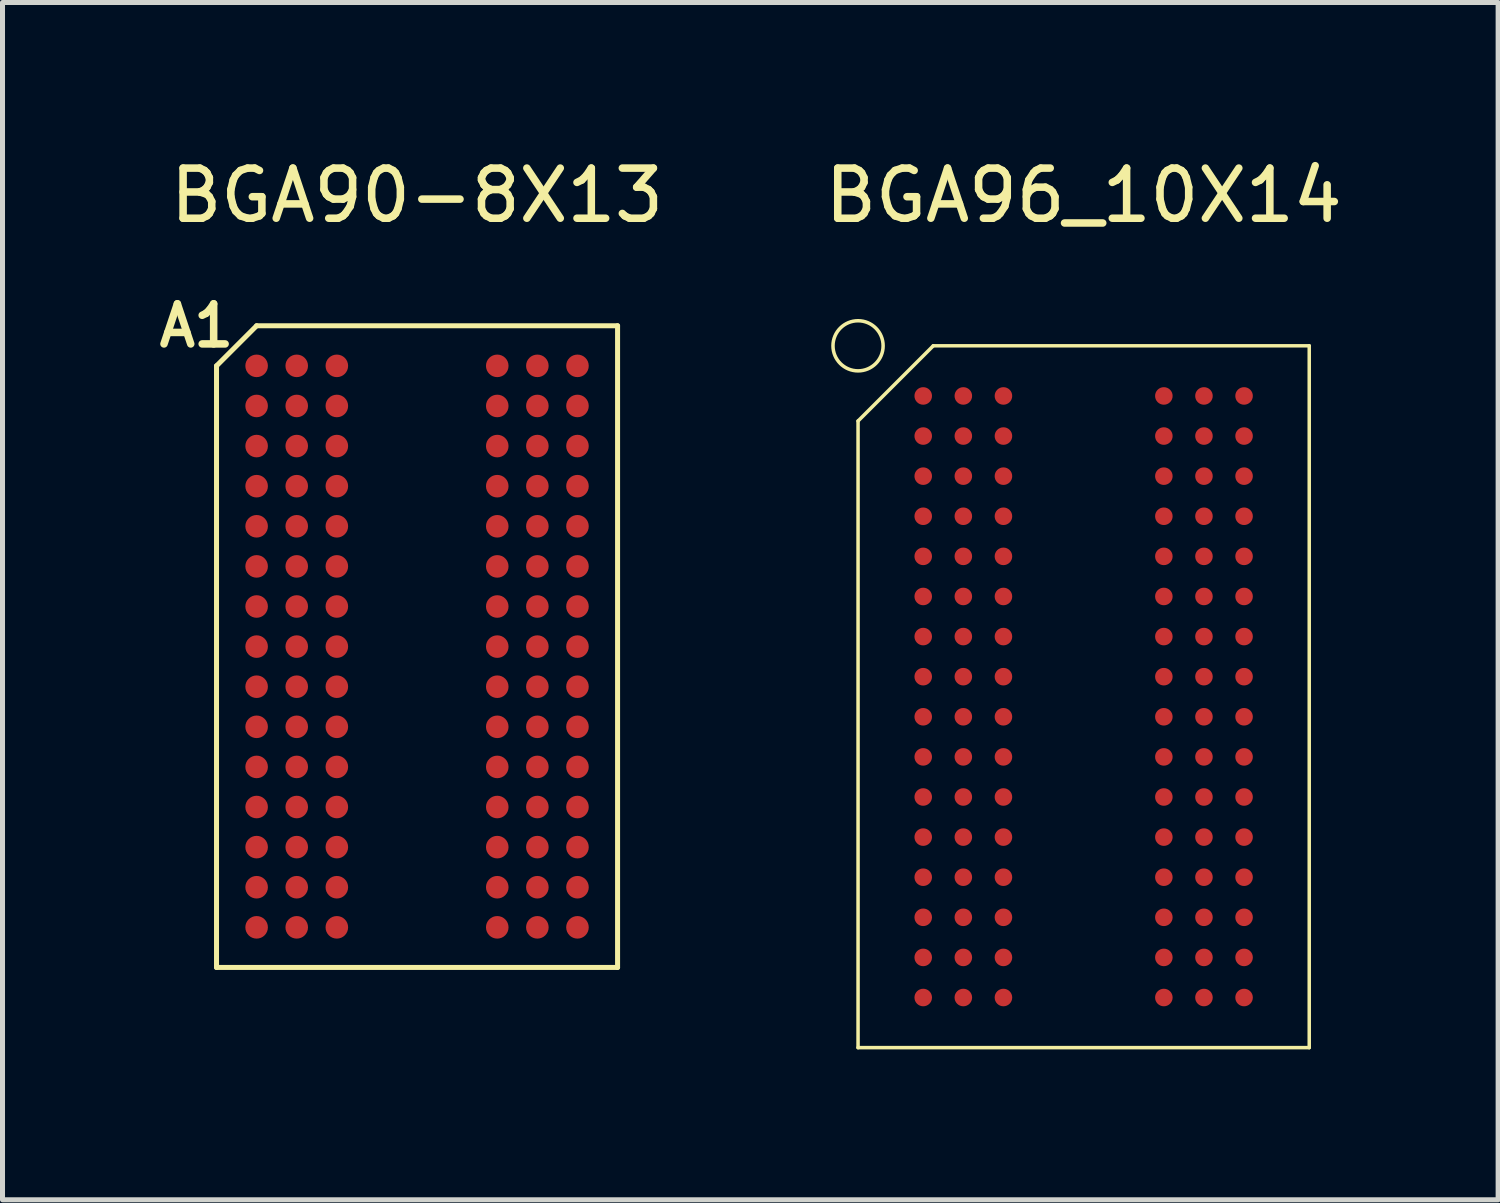
<source format=kicad_pcb>
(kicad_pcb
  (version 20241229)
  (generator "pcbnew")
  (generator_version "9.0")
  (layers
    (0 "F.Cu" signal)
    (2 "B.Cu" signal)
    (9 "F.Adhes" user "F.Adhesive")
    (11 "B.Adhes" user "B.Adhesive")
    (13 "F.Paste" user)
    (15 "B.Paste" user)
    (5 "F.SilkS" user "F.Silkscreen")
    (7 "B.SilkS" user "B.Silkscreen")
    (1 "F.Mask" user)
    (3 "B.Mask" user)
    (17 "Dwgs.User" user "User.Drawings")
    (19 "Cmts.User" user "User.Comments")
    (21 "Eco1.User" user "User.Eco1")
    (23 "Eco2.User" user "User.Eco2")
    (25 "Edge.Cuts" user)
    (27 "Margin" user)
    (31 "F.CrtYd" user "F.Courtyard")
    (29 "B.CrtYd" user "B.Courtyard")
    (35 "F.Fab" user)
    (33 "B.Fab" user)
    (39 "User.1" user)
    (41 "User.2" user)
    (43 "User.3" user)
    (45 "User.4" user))
  (footprint "BGA90-8X13"
    (layer "F.Cu")
    (at 5.269 9.848)
    (property "Reference" "BGA90-8X13" (at 0 -9 0) (layer "F.SilkS") (effects (font (size 1 1) (thickness 0.15))))
    (attr through_hole)
    (fp_line (start -4 -5.6) (end -3.2 -6.4) (stroke (width 0.1) (type solid)) (layer "F.SilkS"))
    (fp_line (start -4 6.4) (end -4 -5.6) (stroke (width 0.1) (type solid)) (layer "F.SilkS"))
    (fp_line (start -3.2 -6.4) (end 4 -6.4) (stroke (width 0.1) (type solid)) (layer "F.SilkS"))
    (fp_line (start 4 -6.4) (end 4 6.4) (stroke (width 0.1) (type solid)) (layer "F.SilkS"))
    (fp_line (start 4 6.4) (end -4 6.4) (stroke (width 0.1) (type solid)) (layer "F.SilkS"))
    (fp_text user "A1" (at -4.4 -6.4 0) (layer "F.SilkS") (effects (font (size 0.8 0.8) (thickness 0.15))))
    (pad "A1" smd circle (at -3.2 -5.6) (size 0.45 0.45) (layers "F.Cu" "F.Mask" "F.Paste"))
    (pad "A2" smd circle (at -2.4 -5.6) (size 0.45 0.45) (layers "F.Cu" "F.Mask" "F.Paste"))
    (pad "A3" smd circle (at -1.6 -5.6) (size 0.45 0.45) (layers "F.Cu" "F.Mask" "F.Paste"))
    (pad "A7" smd circle (at 1.6 -5.6) (size 0.45 0.45) (layers "F.Cu" "F.Mask" "F.Paste"))
    (pad "A8" smd circle (at 2.4 -5.6) (size 0.45 0.45) (layers "F.Cu" "F.Mask" "F.Paste"))
    (pad "A9" smd circle (at 3.2 -5.6) (size 0.45 0.45) (layers "F.Cu" "F.Mask" "F.Paste"))
    (pad "B1" smd circle (at -3.2 -4.8) (size 0.45 0.45) (layers "F.Cu" "F.Mask" "F.Paste"))
    (pad "B2" smd circle (at -2.4 -4.8) (size 0.45 0.45) (layers "F.Cu" "F.Mask" "F.Paste"))
    (pad "B3" smd circle (at -1.6 -4.8) (size 0.45 0.45) (layers "F.Cu" "F.Mask" "F.Paste"))
    (pad "B7" smd circle (at 1.6 -4.8) (size 0.45 0.45) (layers "F.Cu" "F.Mask" "F.Paste"))
    (pad "B8" smd circle (at 2.4 -4.8) (size 0.45 0.45) (layers "F.Cu" "F.Mask" "F.Paste"))
    (pad "B9" smd circle (at 3.2 -4.8) (size 0.45 0.45) (layers "F.Cu" "F.Mask" "F.Paste"))
    (pad "C1" smd circle (at -3.2 -4) (size 0.45 0.45) (layers "F.Cu" "F.Mask" "F.Paste"))
    (pad "C2" smd circle (at -2.4 -4) (size 0.45 0.45) (layers "F.Cu" "F.Mask" "F.Paste"))
    (pad "C3" smd circle (at -1.6 -4) (size 0.45 0.45) (layers "F.Cu" "F.Mask" "F.Paste"))
    (pad "C7" smd circle (at 1.6 -4) (size 0.45 0.45) (layers "F.Cu" "F.Mask" "F.Paste"))
    (pad "C8" smd circle (at 2.4 -4) (size 0.45 0.45) (layers "F.Cu" "F.Mask" "F.Paste"))
    (pad "C9" smd circle (at 3.2 -4) (size 0.45 0.45) (layers "F.Cu" "F.Mask" "F.Paste"))
    (pad "D1" smd circle (at -3.2 -3.2) (size 0.45 0.45) (layers "F.Cu" "F.Mask" "F.Paste"))
    (pad "D2" smd circle (at -2.4 -3.2) (size 0.45 0.45) (layers "F.Cu" "F.Mask" "F.Paste"))
    (pad "D3" smd circle (at -1.6 -3.2) (size 0.45 0.45) (layers "F.Cu" "F.Mask" "F.Paste"))
    (pad "D7" smd circle (at 1.6 -3.2) (size 0.45 0.45) (layers "F.Cu" "F.Mask" "F.Paste"))
    (pad "D8" smd circle (at 2.4 -3.2) (size 0.45 0.45) (layers "F.Cu" "F.Mask" "F.Paste"))
    (pad "D9" smd circle (at 3.2 -3.2) (size 0.45 0.45) (layers "F.Cu" "F.Mask" "F.Paste"))
    (pad "E1" smd circle (at -3.2 -2.4) (size 0.45 0.45) (layers "F.Cu" "F.Mask" "F.Paste"))
    (pad "E2" smd circle (at -2.4 -2.4) (size 0.45 0.45) (layers "F.Cu" "F.Mask" "F.Paste"))
    (pad "E3" smd circle (at -1.6 -2.4) (size 0.45 0.45) (layers "F.Cu" "F.Mask" "F.Paste"))
    (pad "E7" smd circle (at 1.6 -2.4) (size 0.45 0.45) (layers "F.Cu" "F.Mask" "F.Paste"))
    (pad "E8" smd circle (at 2.4 -2.4) (size 0.45 0.45) (layers "F.Cu" "F.Mask" "F.Paste"))
    (pad "E9" smd circle (at 3.2 -2.4) (size 0.45 0.45) (layers "F.Cu" "F.Mask" "F.Paste"))
    (pad "F1" smd circle (at -3.2 -1.6) (size 0.45 0.45) (layers "F.Cu" "F.Mask" "F.Paste"))
    (pad "F2" smd circle (at -2.4 -1.6) (size 0.45 0.45) (layers "F.Cu" "F.Mask" "F.Paste"))
    (pad "F3" smd circle (at -1.6 -1.6) (size 0.45 0.45) (layers "F.Cu" "F.Mask" "F.Paste"))
    (pad "F7" smd circle (at 1.6 -1.6) (size 0.45 0.45) (layers "F.Cu" "F.Mask" "F.Paste"))
    (pad "F8" smd circle (at 2.4 -1.6) (size 0.45 0.45) (layers "F.Cu" "F.Mask" "F.Paste"))
    (pad "F9" smd circle (at 3.2 -1.6) (size 0.45 0.45) (layers "F.Cu" "F.Mask" "F.Paste"))
    (pad "G1" smd circle (at -3.2 -0.8) (size 0.45 0.45) (layers "F.Cu" "F.Mask" "F.Paste"))
    (pad "G2" smd circle (at -2.4 -0.8) (size 0.45 0.45) (layers "F.Cu" "F.Mask" "F.Paste"))
    (pad "G3" smd circle (at -1.6 -0.8) (size 0.45 0.45) (layers "F.Cu" "F.Mask" "F.Paste"))
    (pad "G7" smd circle (at 1.6 -0.8) (size 0.45 0.45) (layers "F.Cu" "F.Mask" "F.Paste"))
    (pad "G8" smd circle (at 2.4 -0.8) (size 0.45 0.45) (layers "F.Cu" "F.Mask" "F.Paste"))
    (pad "G9" smd circle (at 3.2 -0.8) (size 0.45 0.45) (layers "F.Cu" "F.Mask" "F.Paste"))
    (pad "H1" smd circle (at -3.2 0) (size 0.45 0.45) (layers "F.Cu" "F.Mask" "F.Paste"))
    (pad "H2" smd circle (at -2.4 0) (size 0.45 0.45) (layers "F.Cu" "F.Mask" "F.Paste"))
    (pad "H3" smd circle (at -1.6 0) (size 0.45 0.45) (layers "F.Cu" "F.Mask" "F.Paste"))
    (pad "H7" smd circle (at 1.6 0) (size 0.45 0.45) (layers "F.Cu" "F.Mask" "F.Paste"))
    (pad "H8" smd circle (at 2.4 0) (size 0.45 0.45) (layers "F.Cu" "F.Mask" "F.Paste"))
    (pad "H9" smd circle (at 3.2 0) (size 0.45 0.45) (layers "F.Cu" "F.Mask" "F.Paste"))
    (pad "J1" smd circle (at -3.2 0.8) (size 0.45 0.45) (layers "F.Cu" "F.Mask" "F.Paste"))
    (pad "J2" smd circle (at -2.4 0.8) (size 0.45 0.45) (layers "F.Cu" "F.Mask" "F.Paste"))
    (pad "J3" smd circle (at -1.6 0.8) (size 0.45 0.45) (layers "F.Cu" "F.Mask" "F.Paste"))
    (pad "J7" smd circle (at 1.6 0.8) (size 0.45 0.45) (layers "F.Cu" "F.Mask" "F.Paste"))
    (pad "J8" smd circle (at 2.4 0.8) (size 0.45 0.45) (layers "F.Cu" "F.Mask" "F.Paste"))
    (pad "J9" smd circle (at 3.2 0.8) (size 0.45 0.45) (layers "F.Cu" "F.Mask" "F.Paste"))
    (pad "K1" smd circle (at -3.2 1.6) (size 0.45 0.45) (layers "F.Cu" "F.Mask" "F.Paste"))
    (pad "K2" smd circle (at -2.4 1.6) (size 0.45 0.45) (layers "F.Cu" "F.Mask" "F.Paste"))
    (pad "K3" smd circle (at -1.6 1.6) (size 0.45 0.45) (layers "F.Cu" "F.Mask" "F.Paste"))
    (pad "K7" smd circle (at 1.6 1.6) (size 0.45 0.45) (layers "F.Cu" "F.Mask" "F.Paste"))
    (pad "K8" smd circle (at 2.4 1.6) (size 0.45 0.45) (layers "F.Cu" "F.Mask" "F.Paste"))
    (pad "K9" smd circle (at 3.2 1.6) (size 0.45 0.45) (layers "F.Cu" "F.Mask" "F.Paste"))
    (pad "L1" smd circle (at -3.2 2.4) (size 0.45 0.45) (layers "F.Cu" "F.Mask" "F.Paste"))
    (pad "L2" smd circle (at -2.4 2.4) (size 0.45 0.45) (layers "F.Cu" "F.Mask" "F.Paste"))
    (pad "L3" smd circle (at -1.6 2.4) (size 0.45 0.45) (layers "F.Cu" "F.Mask" "F.Paste"))
    (pad "L7" smd circle (at 1.6 2.4) (size 0.45 0.45) (layers "F.Cu" "F.Mask" "F.Paste"))
    (pad "L8" smd circle (at 2.4 2.4) (size 0.45 0.45) (layers "F.Cu" "F.Mask" "F.Paste"))
    (pad "L9" smd circle (at 3.2 2.4) (size 0.45 0.45) (layers "F.Cu" "F.Mask" "F.Paste"))
    (pad "M1" smd circle (at -3.2 3.2) (size 0.45 0.45) (layers "F.Cu" "F.Mask" "F.Paste"))
    (pad "M2" smd circle (at -2.4 3.2) (size 0.45 0.45) (layers "F.Cu" "F.Mask" "F.Paste"))
    (pad "M3" smd circle (at -1.6 3.2) (size 0.45 0.45) (layers "F.Cu" "F.Mask" "F.Paste"))
    (pad "M7" smd circle (at 1.6 3.2) (size 0.45 0.45) (layers "F.Cu" "F.Mask" "F.Paste"))
    (pad "M8" smd circle (at 2.4 3.2) (size 0.45 0.45) (layers "F.Cu" "F.Mask" "F.Paste"))
    (pad "M9" smd circle (at 3.2 3.2) (size 0.45 0.45) (layers "F.Cu" "F.Mask" "F.Paste"))
    (pad "N1" smd circle (at -3.2 4) (size 0.45 0.45) (layers "F.Cu" "F.Mask" "F.Paste"))
    (pad "N2" smd circle (at -2.4 4) (size 0.45 0.45) (layers "F.Cu" "F.Mask" "F.Paste"))
    (pad "N3" smd circle (at -1.6 4) (size 0.45 0.45) (layers "F.Cu" "F.Mask" "F.Paste"))
    (pad "N7" smd circle (at 1.6 4) (size 0.45 0.45) (layers "F.Cu" "F.Mask" "F.Paste"))
    (pad "N8" smd circle (at 2.4 4) (size 0.45 0.45) (layers "F.Cu" "F.Mask" "F.Paste"))
    (pad "N9" smd circle (at 3.2 4) (size 0.45 0.45) (layers "F.Cu" "F.Mask" "F.Paste"))
    (pad "P1" smd circle (at -3.2 4.8) (size 0.45 0.45) (layers "F.Cu" "F.Mask" "F.Paste"))
    (pad "P2" smd circle (at -2.4 4.8) (size 0.45 0.45) (layers "F.Cu" "F.Mask" "F.Paste"))
    (pad "P3" smd circle (at -1.6 4.8) (size 0.45 0.45) (layers "F.Cu" "F.Mask" "F.Paste"))
    (pad "P7" smd circle (at 1.6 4.8) (size 0.45 0.45) (layers "F.Cu" "F.Mask" "F.Paste"))
    (pad "P8" smd circle (at 2.4 4.8) (size 0.45 0.45) (layers "F.Cu" "F.Mask" "F.Paste"))
    (pad "P9" smd circle (at 3.2 4.8) (size 0.45 0.45) (layers "F.Cu" "F.Mask" "F.Paste"))
    (pad "R1" smd circle (at -3.2 5.6) (size 0.45 0.45) (layers "F.Cu" "F.Mask" "F.Paste"))
    (pad "R2" smd circle (at -2.4 5.6) (size 0.45 0.45) (layers "F.Cu" "F.Mask" "F.Paste"))
    (pad "R3" smd circle (at -1.6 5.6) (size 0.45 0.45) (layers "F.Cu" "F.Mask" "F.Paste"))
    (pad "R7" smd circle (at 1.6 5.6) (size 0.45 0.45) (layers "F.Cu" "F.Mask" "F.Paste"))
    (pad "R8" smd circle (at 2.4 5.6) (size 0.45 0.45) (layers "F.Cu" "F.Mask" "F.Paste"))
    (pad "R9" smd circle (at 3.2 5.6) (size 0.45 0.45) (layers "F.Cu" "F.Mask" "F.Paste")))
  (footprint "BGA96_10X14"
    (layer "F.Cu")
    (at 18.566 10.848)
    (property "Reference" "BGA96_10X14" (at 0 -10 0) (layer "F.SilkS") (effects (font (size 1 1) (thickness 0.15))))
    (attr through_hole)
    (fp_line (start -4.5 -5.5) (end -3 -7) (stroke (width 0.07) (type solid)) (layer "F.SilkS"))
    (fp_line (start -4.5 7) (end -4.5 -5.5) (stroke (width 0.07) (type solid)) (layer "F.SilkS"))
    (fp_line (start -3 -7) (end 4.5 -7) (stroke (width 0.07) (type solid)) (layer "F.SilkS"))
    (fp_line (start 4.5 -7) (end 4.5 7) (stroke (width 0.07) (type solid)) (layer "F.SilkS"))
    (fp_line (start 4.5 7) (end -4.5 7) (stroke (width 0.07) (type solid)) (layer "F.SilkS"))
    (fp_circle (center -4.5 -7) (end -5 -7) (stroke (width 0.07) (type solid)) (fill no) (layer "F.SilkS"))
    (pad "A1" smd circle (at -3.2 -6) (size 0.35 0.35) (layers "F.Cu" "F.Mask" "F.Paste"))
    (pad "A2" smd circle (at -2.4 -6) (size 0.35 0.35) (layers "F.Cu" "F.Mask" "F.Paste"))
    (pad "A3" smd circle (at -1.6 -6) (size 0.35 0.35) (layers "F.Cu" "F.Mask" "F.Paste"))
    (pad "A7" smd circle (at 1.6 -6) (size 0.35 0.35) (layers "F.Cu" "F.Mask" "F.Paste"))
    (pad "A8" smd circle (at 2.4 -6) (size 0.35 0.35) (layers "F.Cu" "F.Mask" "F.Paste"))
    (pad "A9" smd circle (at 3.2 -6) (size 0.35 0.35) (layers "F.Cu" "F.Mask" "F.Paste"))
    (pad "B1" smd circle (at -3.2 -5.2) (size 0.35 0.35) (layers "F.Cu" "F.Mask" "F.Paste"))
    (pad "B2" smd circle (at -2.4 -5.2) (size 0.35 0.35) (layers "F.Cu" "F.Mask" "F.Paste"))
    (pad "B3" smd circle (at -1.6 -5.2) (size 0.35 0.35) (layers "F.Cu" "F.Mask" "F.Paste"))
    (pad "B7" smd circle (at 1.6 -5.2) (size 0.35 0.35) (layers "F.Cu" "F.Mask" "F.Paste"))
    (pad "B8" smd circle (at 2.4 -5.2) (size 0.35 0.35) (layers "F.Cu" "F.Mask" "F.Paste"))
    (pad "B9" smd circle (at 3.2 -5.2) (size 0.35 0.35) (layers "F.Cu" "F.Mask" "F.Paste"))
    (pad "C1" smd circle (at -3.2 -4.4) (size 0.35 0.35) (layers "F.Cu" "F.Mask" "F.Paste"))
    (pad "C2" smd circle (at -2.4 -4.4) (size 0.35 0.35) (layers "F.Cu" "F.Mask" "F.Paste"))
    (pad "C3" smd circle (at -1.6 -4.4) (size 0.35 0.35) (layers "F.Cu" "F.Mask" "F.Paste"))
    (pad "C7" smd circle (at 1.6 -4.4) (size 0.35 0.35) (layers "F.Cu" "F.Mask" "F.Paste"))
    (pad "C8" smd circle (at 2.4 -4.4) (size 0.35 0.35) (layers "F.Cu" "F.Mask" "F.Paste"))
    (pad "C9" smd circle (at 3.2 -4.4) (size 0.35 0.35) (layers "F.Cu" "F.Mask" "F.Paste"))
    (pad "D1" smd circle (at -3.2 -3.6) (size 0.35 0.35) (layers "F.Cu" "F.Mask" "F.Paste"))
    (pad "D2" smd circle (at -2.4 -3.6) (size 0.35 0.35) (layers "F.Cu" "F.Mask" "F.Paste"))
    (pad "D3" smd circle (at -1.6 -3.6) (size 0.35 0.35) (layers "F.Cu" "F.Mask" "F.Paste"))
    (pad "D7" smd circle (at 1.6 -3.6) (size 0.35 0.35) (layers "F.Cu" "F.Mask" "F.Paste"))
    (pad "D8" smd circle (at 2.4 -3.6) (size 0.35 0.35) (layers "F.Cu" "F.Mask" "F.Paste"))
    (pad "D9" smd circle (at 3.2 -3.6) (size 0.35 0.35) (layers "F.Cu" "F.Mask" "F.Paste"))
    (pad "E1" smd circle (at -3.2 -2.8) (size 0.35 0.35) (layers "F.Cu" "F.Mask" "F.Paste"))
    (pad "E2" smd circle (at -2.4 -2.8) (size 0.35 0.35) (layers "F.Cu" "F.Mask" "F.Paste"))
    (pad "E3" smd circle (at -1.6 -2.8) (size 0.35 0.35) (layers "F.Cu" "F.Mask" "F.Paste"))
    (pad "E7" smd circle (at 1.6 -2.8) (size 0.35 0.35) (layers "F.Cu" "F.Mask" "F.Paste"))
    (pad "E8" smd circle (at 2.4 -2.8) (size 0.35 0.35) (layers "F.Cu" "F.Mask" "F.Paste"))
    (pad "E9" smd circle (at 3.2 -2.8) (size 0.35 0.35) (layers "F.Cu" "F.Mask" "F.Paste"))
    (pad "F1" smd circle (at -3.2 -2) (size 0.35 0.35) (layers "F.Cu" "F.Mask" "F.Paste"))
    (pad "F2" smd circle (at -2.4 -2) (size 0.35 0.35) (layers "F.Cu" "F.Mask" "F.Paste"))
    (pad "F3" smd circle (at -1.6 -2) (size 0.35 0.35) (layers "F.Cu" "F.Mask" "F.Paste"))
    (pad "F7" smd circle (at 1.6 -2) (size 0.35 0.35) (layers "F.Cu" "F.Mask" "F.Paste"))
    (pad "F8" smd circle (at 2.4 -2) (size 0.35 0.35) (layers "F.Cu" "F.Mask" "F.Paste"))
    (pad "F9" smd circle (at 3.2 -2) (size 0.35 0.35) (layers "F.Cu" "F.Mask" "F.Paste"))
    (pad "G1" smd circle (at -3.2 -1.2) (size 0.35 0.35) (layers "F.Cu" "F.Mask" "F.Paste"))
    (pad "G2" smd circle (at -2.4 -1.2) (size 0.35 0.35) (layers "F.Cu" "F.Mask" "F.Paste"))
    (pad "G3" smd circle (at -1.6 -1.2) (size 0.35 0.35) (layers "F.Cu" "F.Mask" "F.Paste"))
    (pad "G7" smd circle (at 1.6 -1.2) (size 0.35 0.35) (layers "F.Cu" "F.Mask" "F.Paste"))
    (pad "G8" smd circle (at 2.4 -1.2) (size 0.35 0.35) (layers "F.Cu" "F.Mask" "F.Paste"))
    (pad "G9" smd circle (at 3.2 -1.2) (size 0.35 0.35) (layers "F.Cu" "F.Mask" "F.Paste"))
    (pad "H1" smd circle (at -3.2 -0.4) (size 0.35 0.35) (layers "F.Cu" "F.Mask" "F.Paste"))
    (pad "H2" smd circle (at -2.4 -0.4) (size 0.35 0.35) (layers "F.Cu" "F.Mask" "F.Paste"))
    (pad "H3" smd circle (at -1.6 -0.4) (size 0.35 0.35) (layers "F.Cu" "F.Mask" "F.Paste"))
    (pad "H7" smd circle (at 1.6 -0.4) (size 0.35 0.35) (layers "F.Cu" "F.Mask" "F.Paste"))
    (pad "H8" smd circle (at 2.4 -0.4) (size 0.35 0.35) (layers "F.Cu" "F.Mask" "F.Paste"))
    (pad "H9" smd circle (at 3.2 -0.4) (size 0.35 0.35) (layers "F.Cu" "F.Mask" "F.Paste"))
    (pad "J1" smd circle (at -3.2 0.4) (size 0.35 0.35) (layers "F.Cu" "F.Mask" "F.Paste"))
    (pad "J2" smd circle (at -2.4 0.4) (size 0.35 0.35) (layers "F.Cu" "F.Mask" "F.Paste"))
    (pad "J3" smd circle (at -1.6 0.4) (size 0.35 0.35) (layers "F.Cu" "F.Mask" "F.Paste"))
    (pad "J7" smd circle (at 1.6 0.4) (size 0.35 0.35) (layers "F.Cu" "F.Mask" "F.Paste"))
    (pad "J8" smd circle (at 2.4 0.4) (size 0.35 0.35) (layers "F.Cu" "F.Mask" "F.Paste"))
    (pad "J9" smd circle (at 3.2 0.4) (size 0.35 0.35) (layers "F.Cu" "F.Mask" "F.Paste"))
    (pad "K1" smd circle (at -3.2 1.2) (size 0.35 0.35) (layers "F.Cu" "F.Mask" "F.Paste"))
    (pad "K2" smd circle (at -2.4 1.2) (size 0.35 0.35) (layers "F.Cu" "F.Mask" "F.Paste"))
    (pad "K3" smd circle (at -1.6 1.2) (size 0.35 0.35) (layers "F.Cu" "F.Mask" "F.Paste"))
    (pad "K7" smd circle (at 1.6 1.2) (size 0.35 0.35) (layers "F.Cu" "F.Mask" "F.Paste"))
    (pad "K8" smd circle (at 2.4 1.2) (size 0.35 0.35) (layers "F.Cu" "F.Mask" "F.Paste"))
    (pad "K9" smd circle (at 3.2 1.2) (size 0.35 0.35) (layers "F.Cu" "F.Mask" "F.Paste"))
    (pad "L1" smd circle (at -3.2 2) (size 0.35 0.35) (layers "F.Cu" "F.Mask" "F.Paste"))
    (pad "L2" smd circle (at -2.4 2) (size 0.35 0.35) (layers "F.Cu" "F.Mask" "F.Paste"))
    (pad "L3" smd circle (at -1.6 2) (size 0.35 0.35) (layers "F.Cu" "F.Mask" "F.Paste"))
    (pad "L7" smd circle (at 1.6 2) (size 0.35 0.35) (layers "F.Cu" "F.Mask" "F.Paste"))
    (pad "L8" smd circle (at 2.4 2) (size 0.35 0.35) (layers "F.Cu" "F.Mask" "F.Paste"))
    (pad "L9" smd circle (at 3.2 2) (size 0.35 0.35) (layers "F.Cu" "F.Mask" "F.Paste"))
    (pad "M1" smd circle (at -3.2 2.8) (size 0.35 0.35) (layers "F.Cu" "F.Mask" "F.Paste"))
    (pad "M2" smd circle (at -2.4 2.8) (size 0.35 0.35) (layers "F.Cu" "F.Mask" "F.Paste"))
    (pad "M3" smd circle (at -1.6 2.8) (size 0.35 0.35) (layers "F.Cu" "F.Mask" "F.Paste"))
    (pad "M7" smd circle (at 1.6 2.8) (size 0.35 0.35) (layers "F.Cu" "F.Mask" "F.Paste"))
    (pad "M8" smd circle (at 2.4 2.8) (size 0.35 0.35) (layers "F.Cu" "F.Mask" "F.Paste"))
    (pad "M9" smd circle (at 3.2 2.8) (size 0.35 0.35) (layers "F.Cu" "F.Mask" "F.Paste"))
    (pad "N1" smd circle (at -3.2 3.6) (size 0.35 0.35) (layers "F.Cu" "F.Mask" "F.Paste"))
    (pad "N2" smd circle (at -2.4 3.6) (size 0.35 0.35) (layers "F.Cu" "F.Mask" "F.Paste"))
    (pad "N3" smd circle (at -1.6 3.6) (size 0.35 0.35) (layers "F.Cu" "F.Mask" "F.Paste"))
    (pad "N7" smd circle (at 1.6 3.6) (size 0.35 0.35) (layers "F.Cu" "F.Mask" "F.Paste"))
    (pad "N8" smd circle (at 2.4 3.6) (size 0.35 0.35) (layers "F.Cu" "F.Mask" "F.Paste"))
    (pad "N9" smd circle (at 3.2 3.6) (size 0.35 0.35) (layers "F.Cu" "F.Mask" "F.Paste"))
    (pad "P1" smd circle (at -3.2 4.4) (size 0.35 0.35) (layers "F.Cu" "F.Mask" "F.Paste"))
    (pad "P2" smd circle (at -2.4 4.4) (size 0.35 0.35) (layers "F.Cu" "F.Mask" "F.Paste"))
    (pad "P3" smd circle (at -1.6 4.4) (size 0.35 0.35) (layers "F.Cu" "F.Mask" "F.Paste"))
    (pad "P7" smd circle (at 1.6 4.4) (size 0.35 0.35) (layers "F.Cu" "F.Mask" "F.Paste"))
    (pad "P8" smd circle (at 2.4 4.4) (size 0.35 0.35) (layers "F.Cu" "F.Mask" "F.Paste"))
    (pad "P9" smd circle (at 3.2 4.4) (size 0.35 0.35) (layers "F.Cu" "F.Mask" "F.Paste"))
    (pad "R1" smd circle (at -3.2 5.2) (size 0.35 0.35) (layers "F.Cu" "F.Mask" "F.Paste"))
    (pad "R2" smd circle (at -2.4 5.2) (size 0.35 0.35) (layers "F.Cu" "F.Mask" "F.Paste"))
    (pad "R3" smd circle (at -1.6 5.2) (size 0.35 0.35) (layers "F.Cu" "F.Mask" "F.Paste"))
    (pad "R7" smd circle (at 1.6 5.2) (size 0.35 0.35) (layers "F.Cu" "F.Mask" "F.Paste"))
    (pad "R8" smd circle (at 2.4 5.2) (size 0.35 0.35) (layers "F.Cu" "F.Mask" "F.Paste"))
    (pad "R9" smd circle (at 3.2 5.2) (size 0.35 0.35) (layers "F.Cu" "F.Mask" "F.Paste"))
    (pad "T1" smd circle (at -3.2 6) (size 0.35 0.35) (layers "F.Cu" "F.Mask" "F.Paste"))
    (pad "T2" smd circle (at -2.4 6) (size 0.35 0.35) (layers "F.Cu" "F.Mask" "F.Paste"))
    (pad "T3" smd circle (at -1.6 6) (size 0.35 0.35) (layers "F.Cu" "F.Mask" "F.Paste"))
    (pad "T7" smd circle (at 1.6 6) (size 0.35 0.35) (layers "F.Cu" "F.Mask" "F.Paste"))
    (pad "T8" smd circle (at 2.4 6) (size 0.35 0.35) (layers "F.Cu" "F.Mask" "F.Paste"))
    (pad "T9" smd circle (at 3.2 6) (size 0.35 0.35) (layers "F.Cu" "F.Mask" "F.Paste")))
  (gr_rect
    (start -3 -3)
    (end 26.834 20.883)
    (stroke (width 0.1) (type default))
    (fill no)
    (layer "Edge.Cuts")))
</source>
